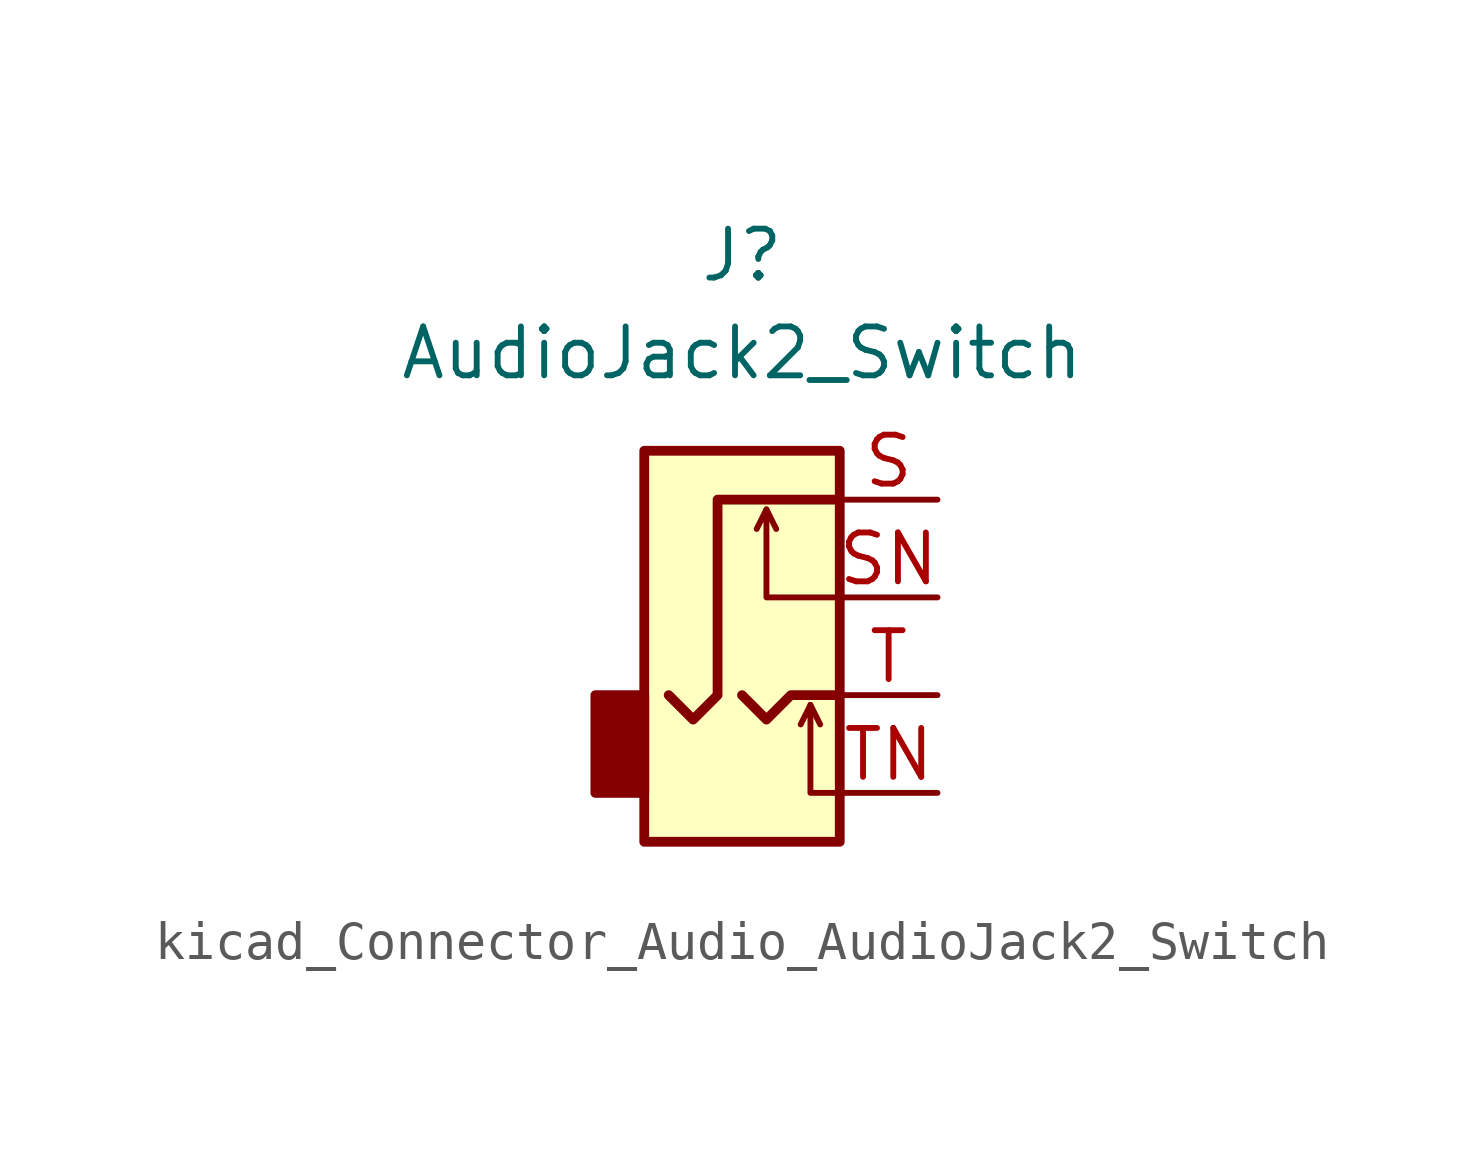
<source format=kicad_sym>
(kicad_symbol_lib
  (version 20220914)
  (generator kicad_symbol_editor)
  (symbol "kicad_Connector_Audio_AudioJack2_Switch"
    (property "Reference" "J"
      (at 0 11.43 0)
      (effects (font (size 1.27 1.27))))
    (property "Value" "AudioJack2_Switch"
      (at 0 8.89 0)
      (effects (font (size 1.27 1.27))))
    (symbol "kicad_Connector_Audio_AudioJack2_Switch_0_1"
      (rectangle (start -2.54 0) (end -3.81 -2.54) (stroke (width 0.254) (type default)) (fill (type outline)))
      (rectangle (start 2.54 6.35) (end -2.54 -3.81) (stroke (width 0.254) (type default)) (fill (type background))))
    (symbol "kicad_Connector_Audio_AudioJack2_Switch_1_1"
      (polyline (pts (xy 0.635 4.826) (xy 0.889 4.318)) (stroke (width 0) (type default)) (fill (type none)))
      (polyline (pts (xy 1.778 -0.254) (xy 2.032 -0.762)) (stroke (width 0) (type default)) (fill (type none)))
      (polyline (pts (xy 0 0) (xy 0.635 -0.635) (xy 1.27 0) (xy 2.54 0)) (stroke (width 0.254) (type default)) (fill (type none)))
      (polyline (pts (xy 2.54 -2.54) (xy 1.778 -2.54) (xy 1.778 -0.254) (xy 1.524 -0.762)) (stroke (width 0) (type default)) (fill (type none)))
      (polyline (pts (xy 2.54 2.54) (xy 0.635 2.54) (xy 0.635 4.826) (xy 0.381 4.318)) (stroke (width 0) (type default)) (fill (type none)))
      (polyline (pts (xy 2.54 5.08) (xy -0.635 5.08) (xy -0.635 0) (xy -1.27 -0.635) (xy -1.905 0)) (stroke (width 0.254) (type default)) (fill (type none)))
      (pin passive line (at 5.08 5.08 180) (length 2.54) (name "~" (effects (font (size 1.27 1.27)))) (number "S" (effects (font (size 1.27 1.27)))))
      (pin passive line (at 5.08 2.54 180) (length 2.54) (name "~" (effects (font (size 1.27 1.27)))) (number "SN" (effects (font (size 1.27 1.27)))))
      (pin passive line (at 5.08 0 180) (length 2.54) (name "~" (effects (font (size 1.27 1.27)))) (number "T" (effects (font (size 1.27 1.27)))))
      (pin passive line (at 5.08 -2.54 180) (length 2.54) (name "~" (effects (font (size 1.27 1.27)))) (number "TN" (effects (font (size 1.27 1.27))))))))
</source>
